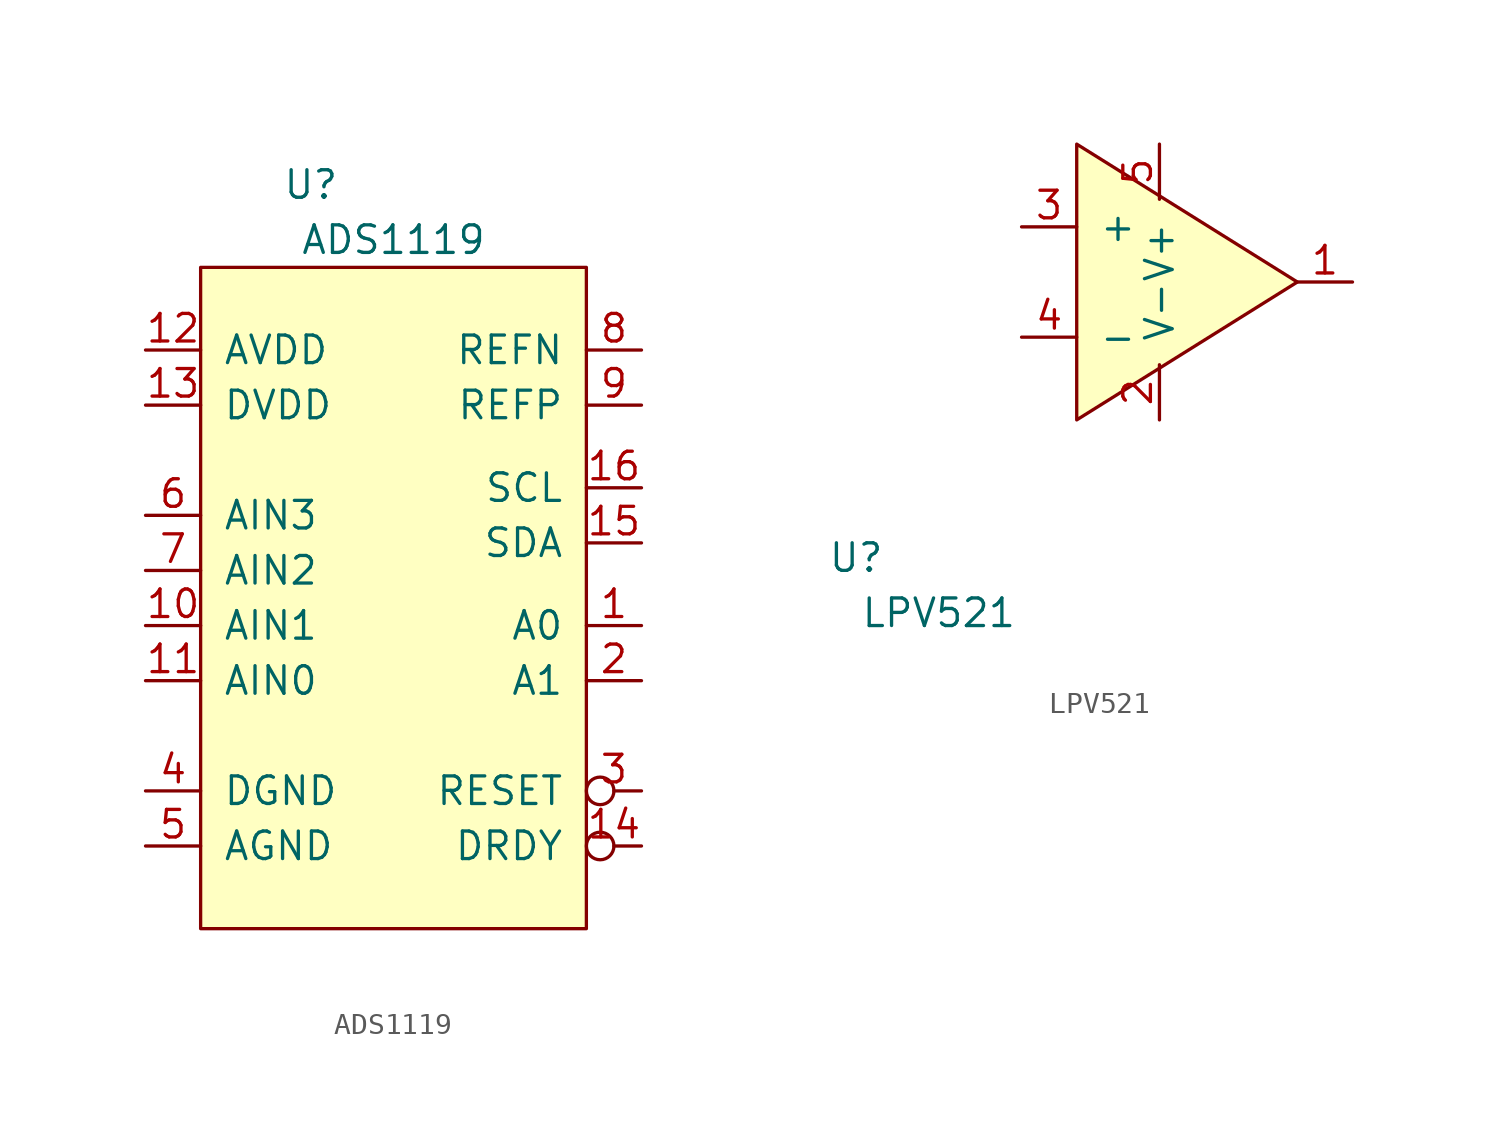
<source format=kicad_sym>
(kicad_symbol_lib
  (version 20211014)
  (generator kicad_symbol_editor)
  (symbol "ADS1119"
    (pin_names
      (offset 1.016))
    (property "Reference" "U"
      (at -3.81 19.05 0)
      (effects (font (size 1.27 1.27))))
    (property "Value" "ADS1119"
      (at 0 16.51 0)
      (effects (font (size 1.27 1.27))))
    (symbol "ADS1119_0_1"
      (rectangle (start -8.89 15.24) (end 8.89 -15.24) (stroke (width 0) (type default) (color 0 0 0 0)) (fill (type background))))
    (symbol "ADS1119_1_1"
      (pin input line (at 11.43 -1.27 180) (length 2.54) (name "A0" (effects (font (size 1.27 1.27)))) (number "1" (effects (font (size 1.27 1.27)))))
      (pin input line (at -11.43 -1.27 0) (length 2.54) (name "AIN1" (effects (font (size 1.27 1.27)))) (number "10" (effects (font (size 1.27 1.27)))))
      (pin input line (at -11.43 -3.81 0) (length 2.54) (name "AIN0" (effects (font (size 1.27 1.27)))) (number "11" (effects (font (size 1.27 1.27)))))
      (pin input line (at -11.43 11.43 0) (length 2.54) (name "AVDD" (effects (font (size 1.27 1.27)))) (number "12" (effects (font (size 1.27 1.27)))))
      (pin input line (at -11.43 8.89 0) (length 2.54) (name "DVDD" (effects (font (size 1.27 1.27)))) (number "13" (effects (font (size 1.27 1.27)))))
      (pin input inverted (at 11.43 -11.43 180) (length 2.54) (name "DRDY" (effects (font (size 1.27 1.27)))) (number "14" (effects (font (size 1.27 1.27)))))
      (pin input line (at 11.43 2.54 180) (length 2.54) (name "SDA" (effects (font (size 1.27 1.27)))) (number "15" (effects (font (size 1.27 1.27)))))
      (pin input line (at 11.43 5.08 180) (length 2.54) (name "SCL" (effects (font (size 1.27 1.27)))) (number "16" (effects (font (size 1.27 1.27)))))
      (pin input line (at 11.43 -3.81 180) (length 2.54) (name "A1" (effects (font (size 1.27 1.27)))) (number "2" (effects (font (size 1.27 1.27)))))
      (pin input inverted (at 11.43 -8.89 180) (length 2.54) (name "RESET" (effects (font (size 1.27 1.27)))) (number "3" (effects (font (size 1.27 1.27)))))
      (pin input line (at -11.43 -8.89 0) (length 2.54) (name "DGND" (effects (font (size 1.27 1.27)))) (number "4" (effects (font (size 1.27 1.27)))))
      (pin input line (at -11.43 -11.43 0) (length 2.54) (name "AGND" (effects (font (size 1.27 1.27)))) (number "5" (effects (font (size 1.27 1.27)))))
      (pin input line (at -11.43 3.81 0) (length 2.54) (name "AIN3" (effects (font (size 1.27 1.27)))) (number "6" (effects (font (size 1.27 1.27)))))
      (pin input line (at -11.43 1.27 0) (length 2.54) (name "AIN2" (effects (font (size 1.27 1.27)))) (number "7" (effects (font (size 1.27 1.27)))))
      (pin input line (at 11.43 11.43 180) (length 2.54) (name "REFN" (effects (font (size 1.27 1.27)))) (number "8" (effects (font (size 1.27 1.27)))))
      (pin input line (at 11.43 8.89 180) (length 2.54) (name "REFP" (effects (font (size 1.27 1.27)))) (number "9" (effects (font (size 1.27 1.27)))))))
  (symbol "LPV521"
    (pin_names
      (offset 1.016))
    (property "Reference" "U"
      (at -12.7 -12.7 0)
      (effects (font (size 1.27 1.27))))
    (property "Value" "LPV521"
      (at -8.89 -15.24 0)
      (effects (font (size 1.27 1.27))))
    (symbol "LPV521_0_1"
      (polyline (pts (xy -2.54 6.35) (xy -2.54 -6.35) (xy 7.62 0) (xy -2.54 6.35) (xy -2.54 5.08)) (stroke (width 0) (type default) (color 0 0 0 0)) (fill (type background))))
    (symbol "LPV521_1_1"
      (pin input line (at 10.16 0 180) (length 2.54) (name "~" (effects (font (size 1.27 1.27)))) (number "1" (effects (font (size 1.27 1.27)))))
      (pin input line (at 1.27 -6.35 90) (length 2.54) (name "V-" (effects (font (size 1.27 1.27)))) (number "2" (effects (font (size 1.27 1.27)))))
      (pin input line (at -5.08 2.54 0) (length 2.54) (name "+" (effects (font (size 1.27 1.27)))) (number "3" (effects (font (size 1.27 1.27)))))
      (pin input line (at -5.08 -2.54 0) (length 2.54) (name "-" (effects (font (size 1.27 1.27)))) (number "4" (effects (font (size 1.27 1.27)))))
      (pin input line (at 1.27 6.35 270) (length 2.54) (name "V+" (effects (font (size 1.27 1.27)))) (number "5" (effects (font (size 1.27 1.27))))))))
</source>
